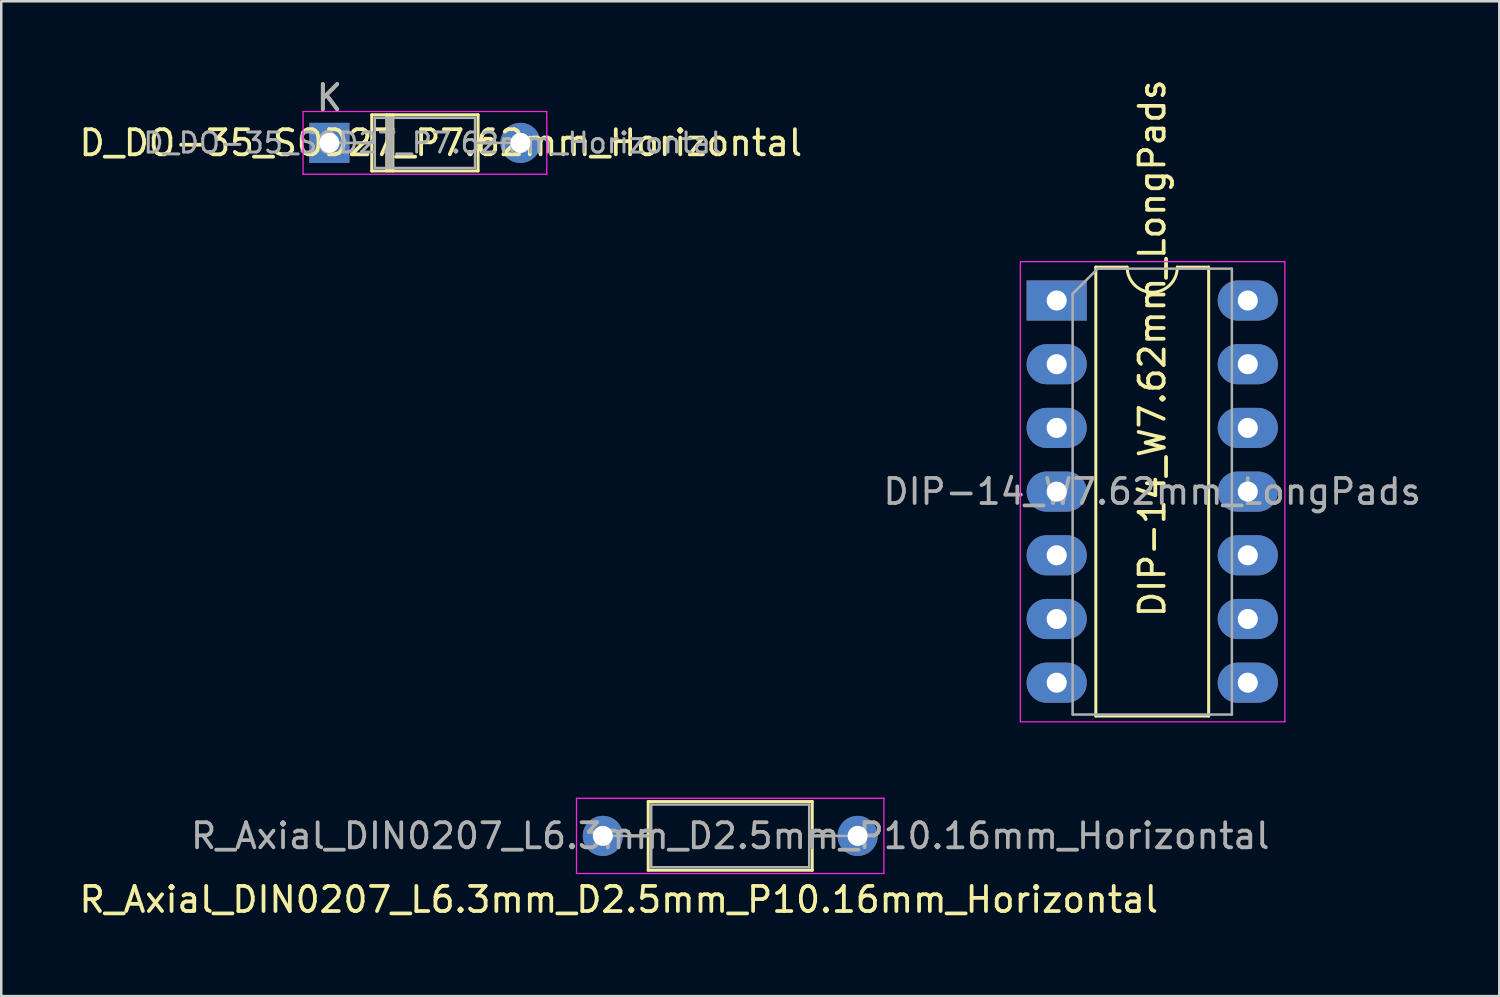
<source format=kicad_pcb>
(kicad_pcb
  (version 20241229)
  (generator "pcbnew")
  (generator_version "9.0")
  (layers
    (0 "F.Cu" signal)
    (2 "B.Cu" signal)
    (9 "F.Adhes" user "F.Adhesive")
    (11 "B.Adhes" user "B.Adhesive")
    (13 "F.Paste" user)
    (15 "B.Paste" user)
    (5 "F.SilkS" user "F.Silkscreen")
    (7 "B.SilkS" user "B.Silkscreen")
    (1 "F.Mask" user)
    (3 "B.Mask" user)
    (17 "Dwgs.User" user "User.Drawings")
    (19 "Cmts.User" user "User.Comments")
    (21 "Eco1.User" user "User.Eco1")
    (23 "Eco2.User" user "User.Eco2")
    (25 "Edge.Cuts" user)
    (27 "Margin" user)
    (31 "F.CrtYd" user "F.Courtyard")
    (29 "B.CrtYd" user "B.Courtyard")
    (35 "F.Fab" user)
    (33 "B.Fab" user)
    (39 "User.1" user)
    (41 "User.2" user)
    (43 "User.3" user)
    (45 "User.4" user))
  (footprint "D_DO-35_SOD27_P7.62mm_Horizontal"
    (layer "F.Cu")
    (at 10.085 2.648)
    (property "Reference" "D_DO-35_SOD27_P7.62mm_Horizontal" (at 4.445 0 0) (layer "F.SilkS") (effects (font (size 1 1) (thickness 0.15))))
    (attr through_hole)
    (fp_line (start 1.04 0) (end 1.69 0) (stroke (width 0.12) (type solid)) (layer "F.SilkS"))
    (fp_line (start 1.69 -1.12) (end 1.69 1.12) (stroke (width 0.12) (type solid)) (layer "F.SilkS"))
    (fp_line (start 1.69 1.12) (end 5.93 1.12) (stroke (width 0.12) (type solid)) (layer "F.SilkS"))
    (fp_line (start 2.29 -1.12) (end 2.29 1.12) (stroke (width 0.12) (type solid)) (layer "F.SilkS"))
    (fp_line (start 2.41 -1.12) (end 2.41 1.12) (stroke (width 0.12) (type solid)) (layer "F.SilkS"))
    (fp_line (start 2.53 -1.12) (end 2.53 1.12) (stroke (width 0.12) (type solid)) (layer "F.SilkS"))
    (fp_line (start 5.93 -1.12) (end 1.69 -1.12) (stroke (width 0.12) (type solid)) (layer "F.SilkS"))
    (fp_line (start 5.93 1.12) (end 5.93 -1.12) (stroke (width 0.12) (type solid)) (layer "F.SilkS"))
    (fp_line (start 6.58 0) (end 5.93 0) (stroke (width 0.12) (type solid)) (layer "F.SilkS"))
    (fp_line (start -1.05 -1.25) (end -1.05 1.25) (stroke (width 0.05) (type solid)) (layer "F.CrtYd"))
    (fp_line (start -1.05 1.25) (end 8.67 1.25) (stroke (width 0.05) (type solid)) (layer "F.CrtYd"))
    (fp_line (start 8.67 -1.25) (end -1.05 -1.25) (stroke (width 0.05) (type solid)) (layer "F.CrtYd"))
    (fp_line (start 8.67 1.25) (end 8.67 -1.25) (stroke (width 0.05) (type solid)) (layer "F.CrtYd"))
    (fp_line (start 0 0) (end 1.81 0) (stroke (width 0.1) (type solid)) (layer "F.Fab"))
    (fp_line (start 1.81 -1) (end 1.81 1) (stroke (width 0.1) (type solid)) (layer "F.Fab"))
    (fp_line (start 1.81 1) (end 5.81 1) (stroke (width 0.1) (type solid)) (layer "F.Fab"))
    (fp_line (start 2.31 -1) (end 2.31 1) (stroke (width 0.1) (type solid)) (layer "F.Fab"))
    (fp_line (start 2.41 -1) (end 2.41 1) (stroke (width 0.1) (type solid)) (layer "F.Fab"))
    (fp_line (start 2.51 -1) (end 2.51 1) (stroke (width 0.1) (type solid)) (layer "F.Fab"))
    (fp_line (start 5.81 -1) (end 1.81 -1) (stroke (width 0.1) (type solid)) (layer "F.Fab"))
    (fp_line (start 5.81 1) (end 5.81 -1) (stroke (width 0.1) (type solid)) (layer "F.Fab"))
    (fp_line (start 7.62 0) (end 5.81 0) (stroke (width 0.1) (type solid)) (layer "F.Fab"))
    (fp_text user "K" (at 0 -1.8 0) (layer "F.SilkS") (effects (font (size 1 1) (thickness 0.15))))
    (fp_text user "K" (at 0 -1.8 0) (layer "F.Fab") (effects (font (size 1 1) (thickness 0.15))))
    (fp_text user "${REFERENCE}" (at 4.11 0 0) (layer "F.Fab") (effects (font (size 0.8 0.8) (thickness 0.12))))
    (pad "1" thru_hole rect (at 0 0) (size 1.6 1.6) (drill 0.8) (layers "*.Cu" "*.Mask"))
    (pad "2" thru_hole oval (at 7.62 0) (size 1.6 1.6) (drill 0.8) (layers "*.Cu" "*.Mask")))
  (footprint "R_Axial_DIN0207_L6.3mm_D2.5mm_P10.16mm_Horizontal"
    (layer "F.Cu")
    (at 20.99 30.284)
    (property "Reference" "R_Axial_DIN0207_L6.3mm_D2.5mm_P10.16mm_Horizontal" (at 0.635 2.54 180) (layer "F.SilkS") (effects (font (size 1 1) (thickness 0.15))))
    (attr through_hole)
    (fp_line (start 1.04 0) (end 1.81 0) (stroke (width 0.12) (type solid)) (layer "F.SilkS"))
    (fp_line (start 1.81 -1.37) (end 1.81 1.37) (stroke (width 0.12) (type solid)) (layer "F.SilkS"))
    (fp_line (start 1.81 1.37) (end 8.35 1.37) (stroke (width 0.12) (type solid)) (layer "F.SilkS"))
    (fp_line (start 8.35 -1.37) (end 1.81 -1.37) (stroke (width 0.12) (type solid)) (layer "F.SilkS"))
    (fp_line (start 8.35 1.37) (end 8.35 -1.37) (stroke (width 0.12) (type solid)) (layer "F.SilkS"))
    (fp_line (start 9.12 0) (end 8.35 0) (stroke (width 0.12) (type solid)) (layer "F.SilkS"))
    (fp_line (start -1.05 -1.5) (end -1.05 1.5) (stroke (width 0.05) (type solid)) (layer "F.CrtYd"))
    (fp_line (start -1.05 1.5) (end 11.21 1.5) (stroke (width 0.05) (type solid)) (layer "F.CrtYd"))
    (fp_line (start 11.21 -1.5) (end -1.05 -1.5) (stroke (width 0.05) (type solid)) (layer "F.CrtYd"))
    (fp_line (start 11.21 1.5) (end 11.21 -1.5) (stroke (width 0.05) (type solid)) (layer "F.CrtYd"))
    (fp_line (start 0 0) (end 1.93 0) (stroke (width 0.1) (type solid)) (layer "F.Fab"))
    (fp_line (start 1.93 -1.25) (end 1.93 1.25) (stroke (width 0.1) (type solid)) (layer "F.Fab"))
    (fp_line (start 1.93 1.25) (end 8.23 1.25) (stroke (width 0.1) (type solid)) (layer "F.Fab"))
    (fp_line (start 8.23 -1.25) (end 1.93 -1.25) (stroke (width 0.1) (type solid)) (layer "F.Fab"))
    (fp_line (start 8.23 1.25) (end 8.23 -1.25) (stroke (width 0.1) (type solid)) (layer "F.Fab"))
    (fp_line (start 10.16 0) (end 8.23 0) (stroke (width 0.1) (type solid)) (layer "F.Fab"))
    (fp_text user "${REFERENCE}" (at 5.08 0 180) (layer "F.Fab") (effects (font (size 1 1) (thickness 0.15))))
    (pad "1" thru_hole circle (at 0 0) (size 1.6 1.6) (drill 0.8) (layers "*.Cu" "*.Mask"))
    (pad "2" thru_hole oval (at 10.16 0) (size 1.6 1.6) (drill 0.8) (layers "*.Cu" "*.Mask")))
  (footprint "DIP-14_W7.62mm_LongPads"
    (placed yes)
    (layer "F.Cu")
    (at 39.089 8.934)
    (property "Reference" "DIP-14_W7.62mm_LongPads" (at 3.81 1.905 90) (layer "F.SilkS") (effects (font (size 1 1) (thickness 0.15))))
    (attr through_hole)
    (fp_line (start 1.56 -1.33) (end 1.56 16.57) (stroke (width 0.12) (type solid)) (layer "F.SilkS"))
    (fp_line (start 1.56 16.57) (end 6.06 16.57) (stroke (width 0.12) (type solid)) (layer "F.SilkS"))
    (fp_line (start 2.81 -1.33) (end 1.56 -1.33) (stroke (width 0.12) (type solid)) (layer "F.SilkS"))
    (fp_line (start 6.06 -1.33) (end 4.81 -1.33) (stroke (width 0.12) (type solid)) (layer "F.SilkS"))
    (fp_line (start 6.06 16.57) (end 6.06 -1.33) (stroke (width 0.12) (type solid)) (layer "F.SilkS"))
    (fp_arc (start 4.81 -1.33) (mid 3.81 -0.33) (end 2.81 -1.33) (stroke (width 0.12) (type solid)) (layer "F.SilkS"))
    (fp_line (start -1.45 -1.55) (end -1.45 16.8) (stroke (width 0.05) (type solid)) (layer "F.CrtYd"))
    (fp_line (start -1.45 16.8) (end 9.1 16.8) (stroke (width 0.05) (type solid)) (layer "F.CrtYd"))
    (fp_line (start 9.1 -1.55) (end -1.45 -1.55) (stroke (width 0.05) (type solid)) (layer "F.CrtYd"))
    (fp_line (start 9.1 16.8) (end 9.1 -1.55) (stroke (width 0.05) (type solid)) (layer "F.CrtYd"))
    (fp_line (start 0.635 -0.27) (end 1.635 -1.27) (stroke (width 0.1) (type solid)) (layer "F.Fab"))
    (fp_line (start 0.635 16.51) (end 0.635 -0.27) (stroke (width 0.1) (type solid)) (layer "F.Fab"))
    (fp_line (start 1.635 -1.27) (end 6.985 -1.27) (stroke (width 0.1) (type solid)) (layer "F.Fab"))
    (fp_line (start 6.985 -1.27) (end 6.985 16.51) (stroke (width 0.1) (type solid)) (layer "F.Fab"))
    (fp_line (start 6.985 16.51) (end 0.635 16.51) (stroke (width 0.1) (type solid)) (layer "F.Fab"))
    (fp_text user "${REFERENCE}" (at 3.81 7.62 0) (layer "F.Fab") (effects (font (size 1 1) (thickness 0.15))))
    (pad "1" thru_hole rect (at 0 0) (size 2.4 1.6) (drill 0.8) (layers "*.Cu" "*.Mask"))
    (pad "2" thru_hole oval (at 0 2.54) (size 2.4 1.6) (drill 0.8) (layers "*.Cu" "*.Mask"))
    (pad "3" thru_hole oval (at 0 5.08) (size 2.4 1.6) (drill 0.8) (layers "*.Cu" "*.Mask"))
    (pad "4" thru_hole oval (at 0 7.62) (size 2.4 1.6) (drill 0.8) (layers "*.Cu" "*.Mask"))
    (pad "5" thru_hole oval (at 0 10.16) (size 2.4 1.6) (drill 0.8) (layers "*.Cu" "*.Mask"))
    (pad "6" thru_hole oval (at 0 12.7) (size 2.4 1.6) (drill 0.8) (layers "*.Cu" "*.Mask"))
    (pad "7" thru_hole oval (at 0 15.24) (size 2.4 1.6) (drill 0.8) (layers "*.Cu" "*.Mask"))
    (pad "8" thru_hole oval (at 7.62 15.24) (size 2.4 1.6) (drill 0.8) (layers "*.Cu" "*.Mask"))
    (pad "9" thru_hole oval (at 7.62 12.7) (size 2.4 1.6) (drill 0.8) (layers "*.Cu" "*.Mask"))
    (pad "10" thru_hole oval (at 7.62 10.16) (size 2.4 1.6) (drill 0.8) (layers "*.Cu" "*.Mask"))
    (pad "11" thru_hole oval (at 7.62 7.62) (size 2.4 1.6) (drill 0.8) (layers "*.Cu" "*.Mask"))
    (pad "12" thru_hole oval (at 7.62 5.08) (size 2.4 1.6) (drill 0.8) (layers "*.Cu" "*.Mask"))
    (pad "13" thru_hole oval (at 7.62 2.54) (size 2.4 1.6) (drill 0.8) (layers "*.Cu" "*.Mask"))
    (pad "14" thru_hole oval (at 7.62 0) (size 2.4 1.6) (drill 0.8) (layers "*.Cu" "*.Mask")))
  (gr_rect
    (start -3 -3)
    (end 56.738 36.673)
    (stroke (width 0.1) (type default))
    (fill no)
    (layer "Edge.Cuts")))
</source>
